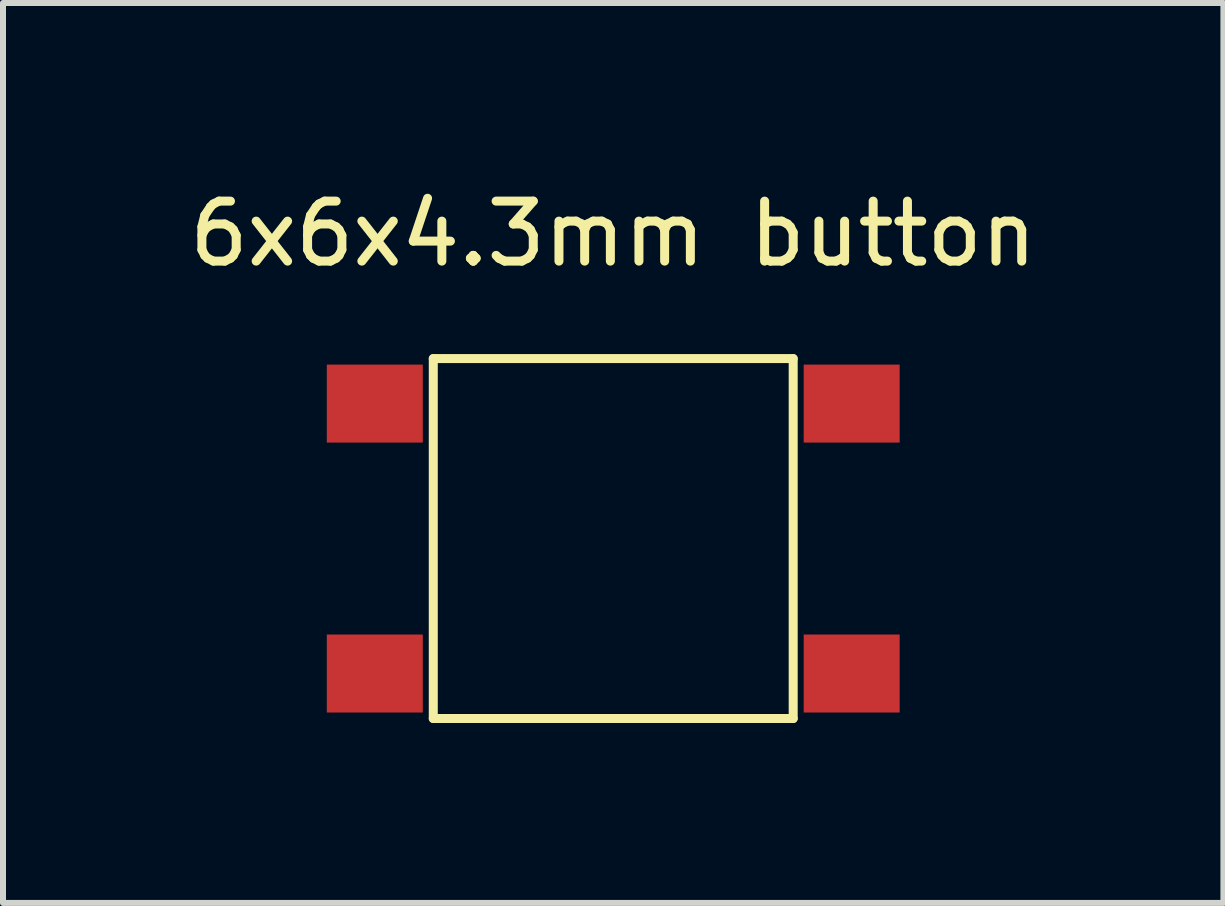
<source format=kicad_pcb>
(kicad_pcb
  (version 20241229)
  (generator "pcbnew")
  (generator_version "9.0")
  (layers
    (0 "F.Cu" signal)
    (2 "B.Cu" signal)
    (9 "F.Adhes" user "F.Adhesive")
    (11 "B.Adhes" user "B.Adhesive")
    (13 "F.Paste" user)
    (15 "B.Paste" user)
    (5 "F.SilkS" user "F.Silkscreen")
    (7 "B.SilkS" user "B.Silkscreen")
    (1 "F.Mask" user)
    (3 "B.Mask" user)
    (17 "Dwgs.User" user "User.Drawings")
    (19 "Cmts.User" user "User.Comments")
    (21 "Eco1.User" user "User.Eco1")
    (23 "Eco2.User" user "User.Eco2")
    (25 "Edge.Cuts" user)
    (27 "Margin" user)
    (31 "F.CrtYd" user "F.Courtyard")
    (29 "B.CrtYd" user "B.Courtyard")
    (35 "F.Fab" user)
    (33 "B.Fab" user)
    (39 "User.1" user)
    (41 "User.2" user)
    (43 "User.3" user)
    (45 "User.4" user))
  (footprint "6x6x4.3mm button"
    (layer "F.Cu")
    (at 7.173 5.928)
    (property "Reference" "6x6x4.3mm button" (at 0 -5.08 0) (layer "F.SilkS") (effects (font (size 1 1) (thickness 0.15))))
    (attr through_hole)
    (fp_line (start -3 -3) (end -3 3) (stroke (width 0.15) (type solid)) (layer "F.SilkS"))
    (fp_line (start -3 3) (end 3 3) (stroke (width 0.15) (type solid)) (layer "F.SilkS"))
    (fp_line (start 3 -3) (end -3 -3) (stroke (width 0.15) (type solid)) (layer "F.SilkS"))
    (fp_line (start 3 3) (end 3 -3) (stroke (width 0.15) (type solid)) (layer "F.SilkS"))
    (pad "1" smd rect (at -3.975 -2.25) (size 1.6 1.3) (layers "F.Cu" "F.Mask" "F.Paste"))
    (pad "2" smd rect (at 3.975 -2.25) (size 1.6 1.3) (layers "F.Cu" "F.Mask" "F.Paste"))
    (pad "3" smd rect (at -3.975 2.25) (size 1.6 1.3) (layers "F.Cu" "F.Mask" "F.Paste"))
    (pad "4" smd rect (at 3.975 2.25) (size 1.6 1.3) (layers "F.Cu" "F.Mask" "F.Paste")))
  (gr_rect
    (start -3 -3)
    (end 17.345 12.003)
    (stroke (width 0.1) (type default))
    (fill no)
    (layer "Edge.Cuts")))
</source>
